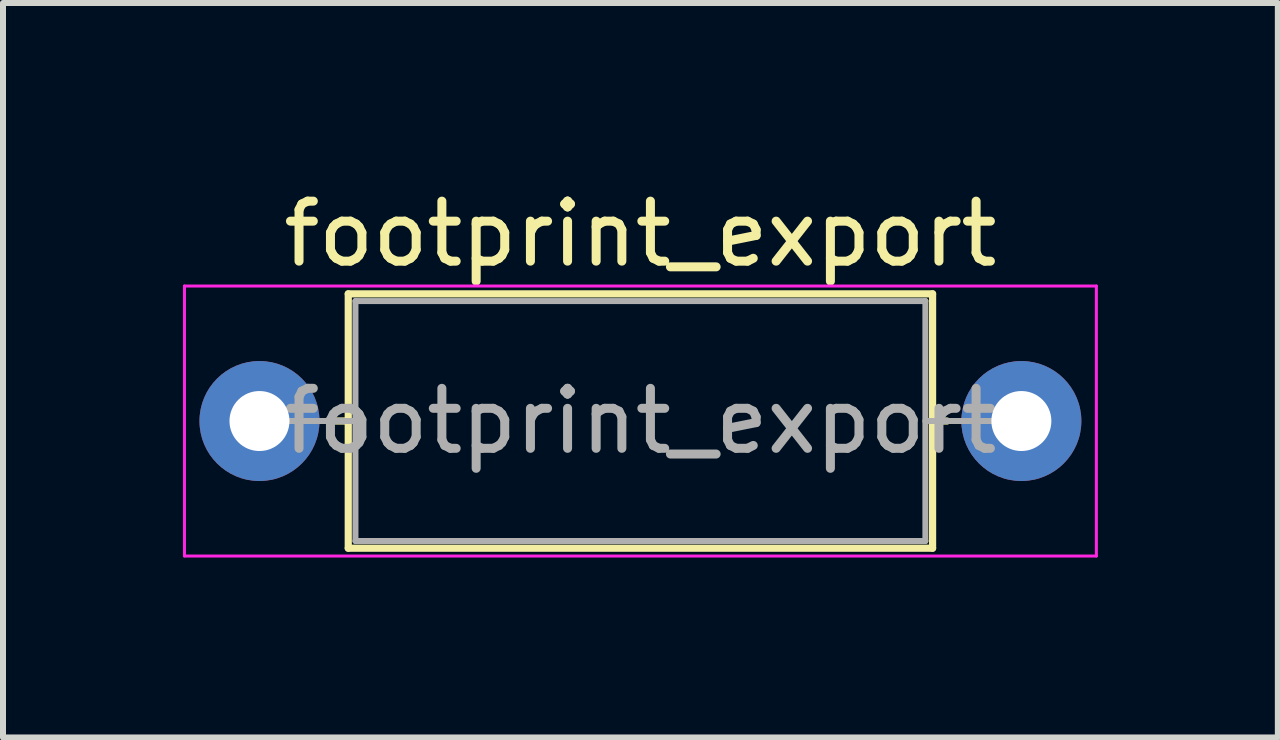
<source format=kicad_pcb>
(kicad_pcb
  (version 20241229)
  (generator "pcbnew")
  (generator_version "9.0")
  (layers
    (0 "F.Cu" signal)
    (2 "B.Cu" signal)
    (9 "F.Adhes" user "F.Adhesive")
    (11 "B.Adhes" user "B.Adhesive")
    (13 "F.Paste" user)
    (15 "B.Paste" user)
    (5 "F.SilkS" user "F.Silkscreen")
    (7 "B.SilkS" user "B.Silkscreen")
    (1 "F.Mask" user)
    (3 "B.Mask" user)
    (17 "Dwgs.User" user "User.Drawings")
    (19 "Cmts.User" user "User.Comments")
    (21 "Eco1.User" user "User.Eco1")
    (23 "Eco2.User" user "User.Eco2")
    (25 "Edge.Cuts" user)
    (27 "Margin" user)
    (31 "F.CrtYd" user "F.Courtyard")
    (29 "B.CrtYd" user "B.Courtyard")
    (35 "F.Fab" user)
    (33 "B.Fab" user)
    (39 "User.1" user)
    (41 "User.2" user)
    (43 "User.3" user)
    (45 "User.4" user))
  (footprint "footprint_export"
    (layer "F.Cu")
    (at 1.275 3.968)
    (property "Reference" "footprint_export" (at 6.35 -3.12 0) (layer "F.SilkS") (effects (font (size 1 1) (thickness 0.15))))
    (attr through_hole)
    (fp_line (start 1.24 0) (end 1.48 0) (stroke (width 0.12) (type solid)) (layer "F.SilkS"))
    (fp_line (start 1.48 -2.12) (end 1.48 2.12) (stroke (width 0.12) (type solid)) (layer "F.SilkS"))
    (fp_line (start 1.48 2.12) (end 11.22 2.12) (stroke (width 0.12) (type solid)) (layer "F.SilkS"))
    (fp_line (start 11.22 -2.12) (end 1.48 -2.12) (stroke (width 0.12) (type solid)) (layer "F.SilkS"))
    (fp_line (start 11.22 2.12) (end 11.22 -2.12) (stroke (width 0.12) (type solid)) (layer "F.SilkS"))
    (fp_line (start 11.46 0) (end 11.22 0) (stroke (width 0.12) (type solid)) (layer "F.SilkS"))
    (fp_line (start -1.25 -2.25) (end -1.25 2.25) (stroke (width 0.05) (type solid)) (layer "F.CrtYd"))
    (fp_line (start -1.25 2.25) (end 13.95 2.25) (stroke (width 0.05) (type solid)) (layer "F.CrtYd"))
    (fp_line (start 13.95 -2.25) (end -1.25 -2.25) (stroke (width 0.05) (type solid)) (layer "F.CrtYd"))
    (fp_line (start 13.95 2.25) (end 13.95 -2.25) (stroke (width 0.05) (type solid)) (layer "F.CrtYd"))
    (fp_line (start 0 0) (end 1.6 0) (stroke (width 0.1) (type solid)) (layer "F.Fab"))
    (fp_line (start 1.6 -2) (end 1.6 2) (stroke (width 0.1) (type solid)) (layer "F.Fab"))
    (fp_line (start 1.6 2) (end 11.1 2) (stroke (width 0.1) (type solid)) (layer "F.Fab"))
    (fp_line (start 11.1 -2) (end 1.6 -2) (stroke (width 0.1) (type solid)) (layer "F.Fab"))
    (fp_line (start 11.1 2) (end 11.1 -2) (stroke (width 0.1) (type solid)) (layer "F.Fab"))
    (fp_line (start 12.7 0) (end 11.1 0) (stroke (width 0.1) (type solid)) (layer "F.Fab"))
    (fp_text user "${REFERENCE}" (at 6.35 0 0) (layer "F.Fab") (effects (font (size 1 1) (thickness 0.15))))
    (pad "1" thru_hole circle (at 0 0) (size 2 2) (drill 1) (layers "*.Cu" "*.Mask"))
    (pad "2" thru_hole oval (at 12.7 0) (size 2 2) (drill 1) (layers "*.Cu" "*.Mask")))
  (gr_rect
    (start -3 -3)
    (end 18.25 9.243)
    (stroke (width 0.1) (type default))
    (fill no)
    (layer "Edge.Cuts")))
</source>
